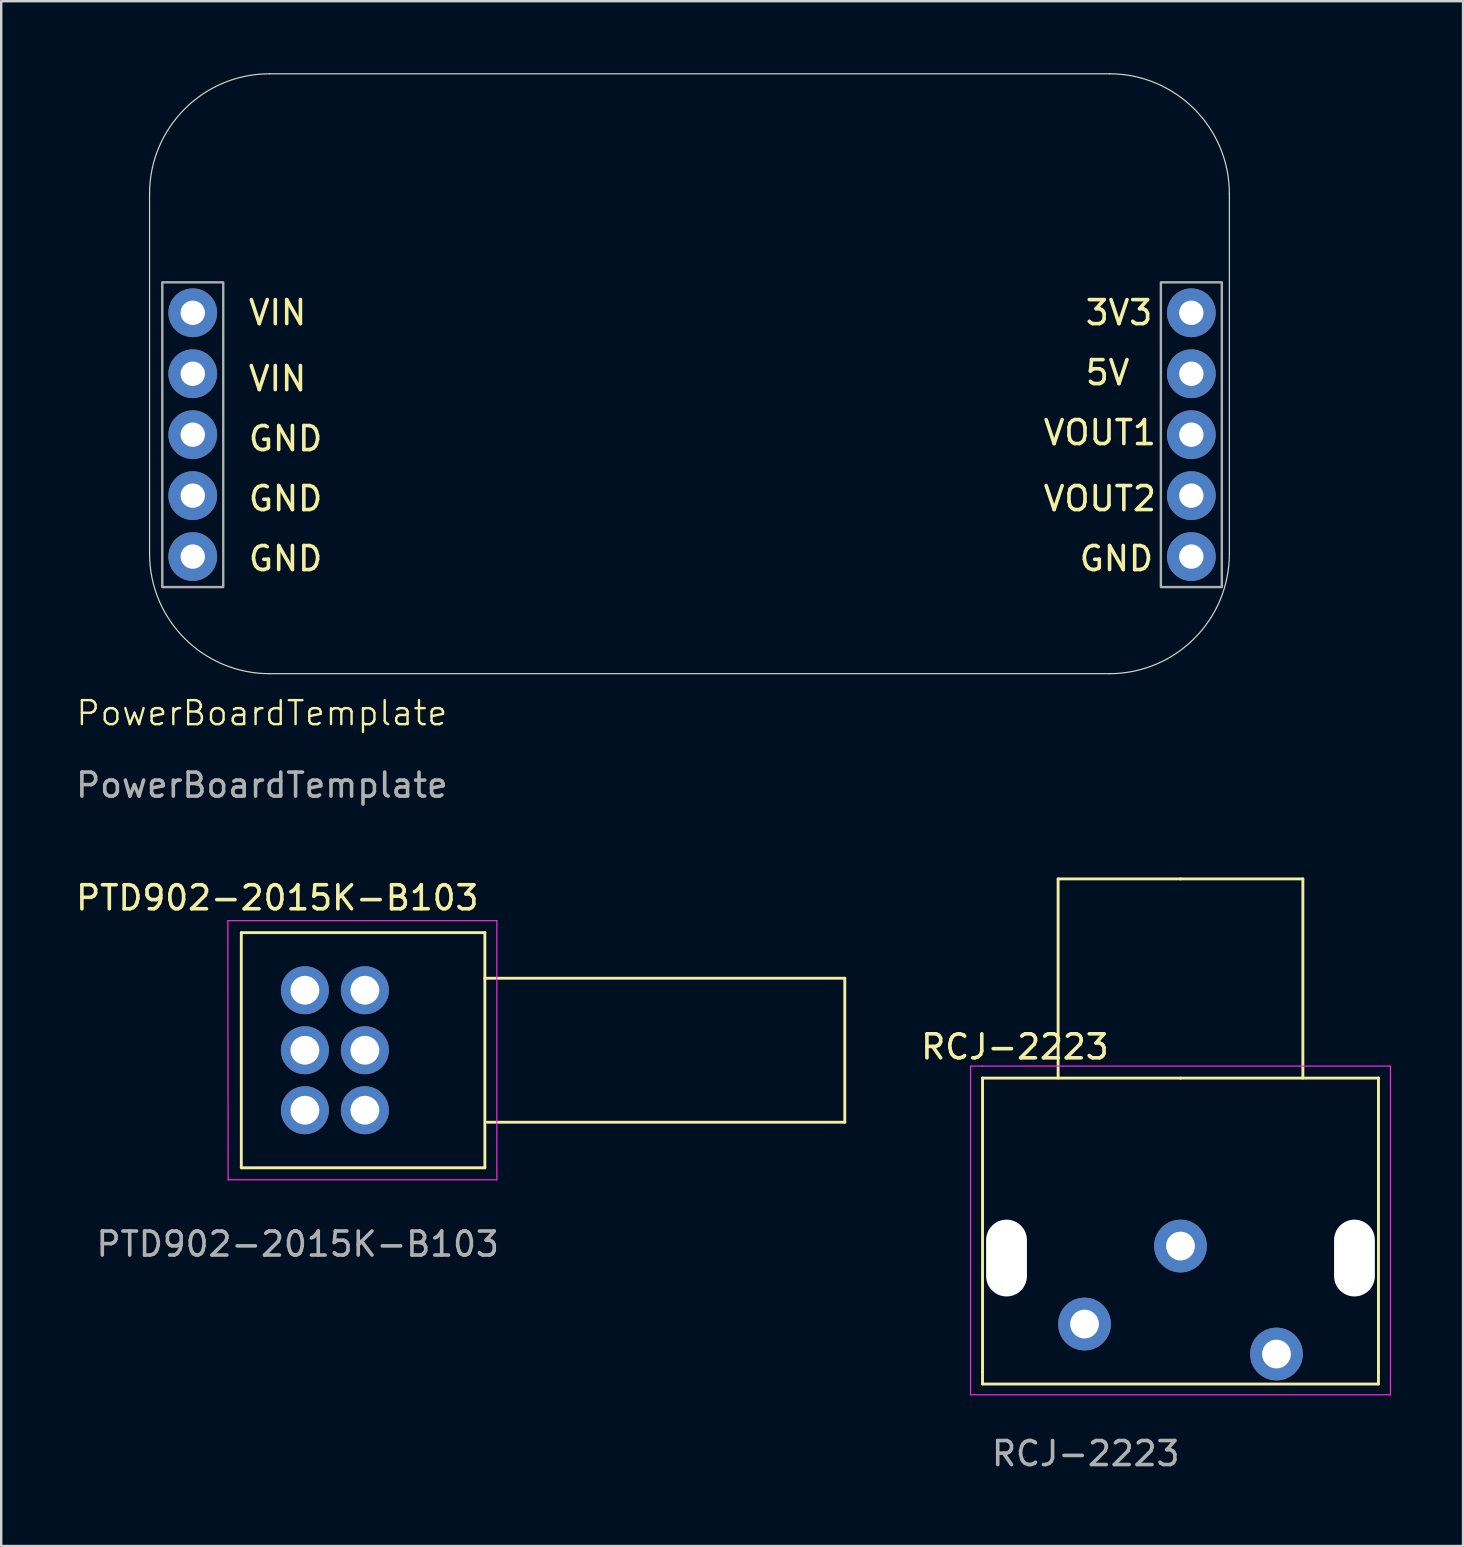
<source format=kicad_pcb>
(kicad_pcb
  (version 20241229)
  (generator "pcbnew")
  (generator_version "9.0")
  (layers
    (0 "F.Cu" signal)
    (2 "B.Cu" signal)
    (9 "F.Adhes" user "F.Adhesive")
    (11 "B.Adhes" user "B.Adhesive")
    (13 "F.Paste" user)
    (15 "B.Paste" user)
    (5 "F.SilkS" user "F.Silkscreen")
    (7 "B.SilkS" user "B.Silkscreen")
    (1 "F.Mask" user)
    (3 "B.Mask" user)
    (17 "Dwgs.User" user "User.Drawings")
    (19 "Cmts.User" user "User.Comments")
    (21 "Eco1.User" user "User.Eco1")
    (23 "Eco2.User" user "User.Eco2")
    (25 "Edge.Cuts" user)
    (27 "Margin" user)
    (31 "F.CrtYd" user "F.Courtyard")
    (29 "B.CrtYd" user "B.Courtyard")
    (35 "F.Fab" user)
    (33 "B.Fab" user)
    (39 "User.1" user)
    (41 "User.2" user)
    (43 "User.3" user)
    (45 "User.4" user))
  (footprint "PowerBoardTemplate"
    (layer "F.Cu")
    (at 28.183 12.525)
    (property "Reference" "PowerBoardTemplate" (at -20.32 14.145 0) (unlocked yes) (layer "F.SilkS") (effects (font (size 1 1) (thickness 0.1))))
    (attr smd)
    (fp_line (start -25 7.5) (end -25 -7.5) (stroke (width 0.05) (type default)) (layer "Edge.Cuts"))
    (fp_line (start -20 -12.5) (end 15 -12.5) (stroke (width 0.05) (type default)) (layer "Edge.Cuts"))
    (fp_line (start 15 12.5) (end -20 12.5) (stroke (width 0.05) (type default)) (layer "Edge.Cuts"))
    (fp_line (start 20 -7.5) (end 20 7.5) (stroke (width 0.05) (type default)) (layer "Edge.Cuts"))
    (fp_arc (start -25 -7.5) (mid -23.535534 -11.035534) (end -20 -12.5) (stroke (width 0.05) (type default)) (layer "Edge.Cuts"))
    (fp_arc (start -20 12.5) (mid -23.535534 11.035534) (end -25 7.5) (stroke (width 0.05) (type default)) (layer "Edge.Cuts"))
    (fp_arc (start 15 -12.5) (mid 18.535534 -11.035534) (end 20 -7.5) (stroke (width 0.05) (type default)) (layer "Edge.Cuts"))
    (fp_arc (start 20 7.5) (mid 18.535534 11.035534) (end 15 12.5) (stroke (width 0.05) (type default)) (layer "Edge.Cuts"))
    (fp_rect (start -24.47 -3.81) (end -21.93 8.89) (stroke (width 0.1) (type default)) (fill no) (layer "F.Fab"))
    (fp_rect (start 17.145 -3.81) (end 19.685 8.89) (stroke (width 0.1) (type default)) (fill no) (layer "F.Fab"))
    (fp_text user "GND" (at -20.955 8.29 0) (unlocked yes) (layer "F.SilkS") (effects (font (size 1 1) (thickness 0.15)) (justify left bottom)))
    (fp_text user "VIN" (at -20.955 -1.96 0) (unlocked yes) (layer "F.SilkS") (effects (font (size 1 1) (thickness 0.15)) (justify left bottom)))
    (fp_text user "VOUT1" (at 12.17 3.04 0) (unlocked yes) (layer "F.SilkS") (effects (font (size 1 1) (thickness 0.15)) (justify left bottom)))
    (fp_text user "VIN" (at -20.955 0.79 0) (unlocked yes) (layer "F.SilkS") (effects (font (size 1 1) (thickness 0.15)) (justify left bottom)))
    (fp_text user "GND" (at 13.67 8.29 0) (unlocked yes) (layer "F.SilkS") (effects (font (size 1 1) (thickness 0.15)) (justify left bottom)))
    (fp_text user "VOUT2" (at 12.17 5.79 0) (unlocked yes) (layer "F.SilkS") (effects (font (size 1 1) (thickness 0.15)) (justify left bottom)))
    (fp_text user "GND" (at -20.955 3.29 0) (unlocked yes) (layer "F.SilkS") (effects (font (size 1 1) (thickness 0.15)) (justify left bottom)))
    (fp_text user "3V3" (at 13.92 -1.96 0) (unlocked yes) (layer "F.SilkS") (effects (font (size 1 1) (thickness 0.15)) (justify left bottom)))
    (fp_text user "5V" (at 13.92 0.54 0) (unlocked yes) (layer "F.SilkS") (effects (font (size 1 1) (thickness 0.15)) (justify left bottom)))
    (fp_text user "GND" (at -20.955 5.79 0) (unlocked yes) (layer "F.SilkS") (effects (font (size 1 1) (thickness 0.15)) (justify left bottom)))
    (fp_text user "${REFERENCE}" (at -20.32 17.145 0) (unlocked yes) (layer "F.Fab") (effects (font (size 1 1) (thickness 0.15))))
    (pad "1" thru_hole circle (at -23.2 -2.54) (size 2.032 2.032) (drill 1.016) (layers "*.Cu" "*.Mask"))
    (pad "2" thru_hole circle (at -23.2 0) (size 2.032 2.032) (drill 1.016) (layers "*.Cu" "*.Mask"))
    (pad "3" thru_hole circle (at -23.2 2.54) (size 2.032 2.032) (drill 1.016) (layers "*.Cu" "*.Mask"))
    (pad "4" thru_hole circle (at -23.2 5.08) (size 2.032 2.032) (drill 1.016) (layers "*.Cu" "*.Mask"))
    (pad "5" thru_hole circle (at -23.2 7.62) (size 2.032 2.032) (drill 1.016) (layers "*.Cu" "*.Mask"))
    (pad "6" thru_hole circle (at 18.415 7.62) (size 2.032 2.032) (drill 1.016) (layers "*.Cu" "*.Mask"))
    (pad "7" thru_hole circle (at 18.415 5.08) (size 2.032 2.032) (drill 1.016) (layers "*.Cu" "*.Mask"))
    (pad "8" thru_hole circle (at 18.415 2.54) (size 2.032 2.032) (drill 1.016) (layers "*.Cu" "*.Mask"))
    (pad "9" thru_hole circle (at 18.415 0) (size 2.032 2.032) (drill 1.016) (layers "*.Cu" "*.Mask"))
    (pad "10" thru_hole circle (at 18.415 -2.54) (size 2.032 2.032) (drill 1.016) (layers "*.Cu" "*.Mask")))
  (footprint "PTD902-2015K-B103"
    (layer "F.Cu")
    (at 12.156 38.217)
    (property "Reference" "PTD902-2015K-B103" (at -3.65 -3.85 0) (unlocked yes) (layer "F.SilkS") (effects (font (size 1 1) (thickness 0.15))))
    (attr through_hole)
    (fp_line (start -5.15 -2.4) (end 5 -2.4) (stroke (width 0.12) (type default)) (layer "F.SilkS"))
    (fp_line (start -5.15 7.4) (end -5.15 -2.4) (stroke (width 0.12) (type default)) (layer "F.SilkS"))
    (fp_line (start 5 -2.4) (end 5 7.4) (stroke (width 0.12) (type default)) (layer "F.SilkS"))
    (fp_line (start 5 -0.5) (end 20 -0.5) (stroke (width 0.12) (type default)) (layer "F.SilkS"))
    (fp_line (start 5 7.4) (end -5.15 7.4) (stroke (width 0.12) (type default)) (layer "F.SilkS"))
    (fp_line (start 20 -0.5) (end 20 5.5) (stroke (width 0.12) (type default)) (layer "F.SilkS"))
    (fp_line (start 20 5.5) (end 5.1 5.5) (stroke (width 0.12) (type default)) (layer "F.SilkS"))
    (fp_line (start -5.71 -2.9) (end 5 -2.9) (stroke (width 0.05) (type default)) (layer "F.CrtYd"))
    (fp_line (start -5.7 7.9) (end -5.71 -2.9) (stroke (width 0.05) (type default)) (layer "F.CrtYd"))
    (fp_line (start 5 -2.9) (end 5.5 -2.9) (stroke (width 0.05) (type default)) (layer "F.CrtYd"))
    (fp_line (start 5.5 -2.9) (end 5.5 7.9) (stroke (width 0.05) (type default)) (layer "F.CrtYd"))
    (fp_line (start 5.5 7.9) (end -5.7 7.9) (stroke (width 0.05) (type default)) (layer "F.CrtYd"))
    (fp_text user "${REFERENCE}" (at -2.8 10.58 0) (unlocked yes) (layer "F.Fab") (effects (font (size 1 1) (thickness 0.15))))
    (pad "1" thru_hole circle (at -2.5 0) (size 2 2) (drill 1.2) (layers "*.Cu" "*.Mask"))
    (pad "2" thru_hole circle (at -2.5 2.5) (size 2 2) (drill 1.2) (layers "*.Cu" "*.Mask"))
    (pad "3" thru_hole circle (at -2.5 5) (size 2 2) (drill 1.2) (layers "*.Cu" "*.Mask"))
    (pad "4" thru_hole circle (at 0 0) (size 2 2) (drill 1.2) (layers "*.Cu" "*.Mask"))
    (pad "5" thru_hole circle (at 0 2.5) (size 2 2) (drill 1.2) (layers "*.Cu" "*.Mask"))
    (pad "6" thru_hole circle (at 0 5) (size 2 2) (drill 1.2) (layers "*.Cu" "*.Mask")))
  (footprint "RCJ-2223"
    (layer "F.Cu")
    (at 46.146 48.878)
    (property "Reference" "RCJ-2223" (at -6.9 -8.3 0) (unlocked yes) (layer "F.SilkS") (effects (font (size 1 1) (thickness 0.15))))
    (attr through_hole)
    (fp_line (start -8.25 -7) (end 0 -7) (stroke (width 0.12) (type default)) (layer "F.SilkS"))
    (fp_line (start -8.25 5.25) (end -8.25 -7) (stroke (width 0.12) (type default)) (layer "F.SilkS"))
    (fp_line (start -8.25 5.25) (end -8.25 5.75) (stroke (width 0.12) (type default)) (layer "F.SilkS"))
    (fp_line (start -5.1 -15.3) (end -5.1 -7) (stroke (width 0.12) (type default)) (layer "F.SilkS"))
    (fp_line (start 0 -15.3) (end -5.1 -15.3) (stroke (width 0.12) (type default)) (layer "F.SilkS"))
    (fp_line (start 0 -15.3) (end 5.1 -15.3) (stroke (width 0.12) (type default)) (layer "F.SilkS"))
    (fp_line (start 0 -7) (end 8.25 -7) (stroke (width 0.12) (type default)) (layer "F.SilkS"))
    (fp_line (start 5.1 -7) (end 5.1 -15.3) (stroke (width 0.12) (type default)) (layer "F.SilkS"))
    (fp_line (start 8.25 -7) (end 8.25 5.25) (stroke (width 0.12) (type default)) (layer "F.SilkS"))
    (fp_line (start 8.25 5.25) (end 8.25 5.75) (stroke (width 0.12) (type default)) (layer "F.SilkS"))
    (fp_line (start 8.25 5.75) (end -8.25 5.75) (stroke (width 0.12) (type default)) (layer "F.SilkS"))
    (fp_line (start -8.75 -7.5) (end -8.25 -7.5) (stroke (width 0.05) (type default)) (layer "F.CrtYd"))
    (fp_line (start -8.75 6.2) (end -8.75 -7.5) (stroke (width 0.05) (type default)) (layer "F.CrtYd"))
    (fp_line (start -8.25 -7.5) (end 8.75 -7.5) (stroke (width 0.05) (type default)) (layer "F.CrtYd"))
    (fp_line (start 8.75 -7.5) (end 8.75 6.2) (stroke (width 0.05) (type default)) (layer "F.CrtYd"))
    (fp_line (start 8.75 6.2) (end -8.75 6.2) (stroke (width 0.05) (type default)) (layer "F.CrtYd"))
    (fp_text user "${REFERENCE}" (at -3.95 8.65 0) (unlocked yes) (layer "F.Fab") (effects (font (size 1 1) (thickness 0.15))))
    (pad "" np_thru_hole oval (at -7.25 0.5) (size 1.7 3.2) (drill oval 1.7 3.2) (layers "*.Cu" "*.Mask"))
    (pad "" np_thru_hole oval (at 7.25 0.5) (size 1.7 3.2) (drill oval 1.7 3.2) (layers "*.Cu" "*.Mask"))
    (pad "1" thru_hole circle (at 4 4.5) (size 2.2 2.2) (drill 1.2) (layers "*.Cu" "*.Mask"))
    (pad "2" thru_hole circle (at -4 3.25) (size 2.2 2.2) (drill 1.2) (layers "*.Cu" "*.Mask"))
    (pad "3" thru_hole circle (at 0 0) (size 2.2 2.2) (drill 1.2) (layers "*.Cu" "*.Mask")))
  (gr_rect
    (start -3 -3)
    (end 57.921 61.377)
    (stroke (width 0.1) (type default))
    (fill no)
    (layer "Edge.Cuts")))
</source>
